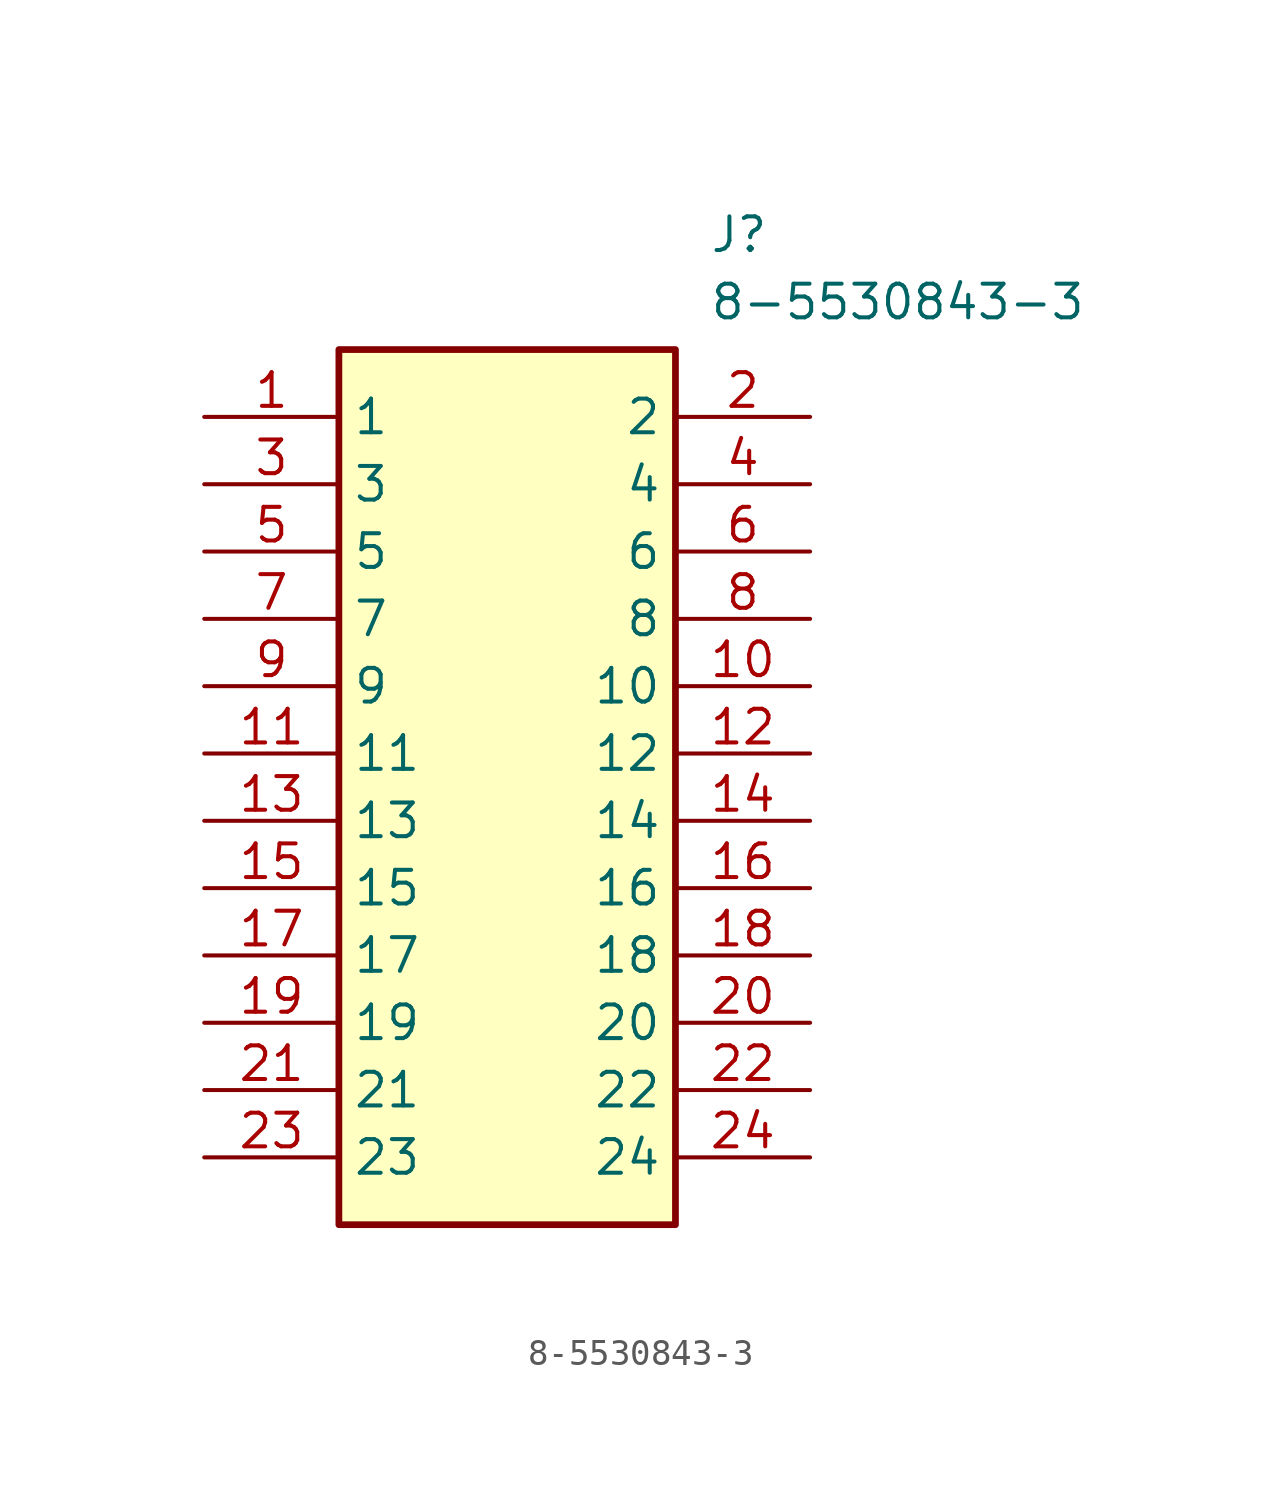
<source format=kicad_sym>
(kicad_symbol_lib
  (version 20220914)
  (generator kicad_symbol_editor)
  (symbol "8-5530843-3"
    (property "Reference" "J"
      (at 19.05 7.62 0)
      (effects (font (size 1.27 1.27)) (justify left top)))
    (property "Value" "8-5530843-3"
      (at 19.05 5.08 0)
      (effects (font (size 1.27 1.27)) (justify left top)))
    (symbol "8-5530843-3_1_1"
      (rectangle (start 5.08 2.54) (end 17.78 -30.48) (stroke (width 0.254) (type default)) (fill (type background)))
      (pin passive line (at 0 0 0) (length 5.08) (name "1" (effects (font (size 1.27 1.27)))) (number "1" (effects (font (size 1.27 1.27)))))
      (pin passive line (at 22.86 -10.16 180) (length 5.08) (name "10" (effects (font (size 1.27 1.27)))) (number "10" (effects (font (size 1.27 1.27)))))
      (pin passive line (at 0 -12.7 0) (length 5.08) (name "11" (effects (font (size 1.27 1.27)))) (number "11" (effects (font (size 1.27 1.27)))))
      (pin passive line (at 22.86 -12.7 180) (length 5.08) (name "12" (effects (font (size 1.27 1.27)))) (number "12" (effects (font (size 1.27 1.27)))))
      (pin passive line (at 0 -15.24 0) (length 5.08) (name "13" (effects (font (size 1.27 1.27)))) (number "13" (effects (font (size 1.27 1.27)))))
      (pin passive line (at 22.86 -15.24 180) (length 5.08) (name "14" (effects (font (size 1.27 1.27)))) (number "14" (effects (font (size 1.27 1.27)))))
      (pin passive line (at 0 -17.78 0) (length 5.08) (name "15" (effects (font (size 1.27 1.27)))) (number "15" (effects (font (size 1.27 1.27)))))
      (pin passive line (at 22.86 -17.78 180) (length 5.08) (name "16" (effects (font (size 1.27 1.27)))) (number "16" (effects (font (size 1.27 1.27)))))
      (pin passive line (at 0 -20.32 0) (length 5.08) (name "17" (effects (font (size 1.27 1.27)))) (number "17" (effects (font (size 1.27 1.27)))))
      (pin passive line (at 22.86 -20.32 180) (length 5.08) (name "18" (effects (font (size 1.27 1.27)))) (number "18" (effects (font (size 1.27 1.27)))))
      (pin passive line (at 0 -22.86 0) (length 5.08) (name "19" (effects (font (size 1.27 1.27)))) (number "19" (effects (font (size 1.27 1.27)))))
      (pin passive line (at 22.86 0 180) (length 5.08) (name "2" (effects (font (size 1.27 1.27)))) (number "2" (effects (font (size 1.27 1.27)))))
      (pin passive line (at 22.86 -22.86 180) (length 5.08) (name "20" (effects (font (size 1.27 1.27)))) (number "20" (effects (font (size 1.27 1.27)))))
      (pin passive line (at 0 -25.4 0) (length 5.08) (name "21" (effects (font (size 1.27 1.27)))) (number "21" (effects (font (size 1.27 1.27)))))
      (pin passive line (at 22.86 -25.4 180) (length 5.08) (name "22" (effects (font (size 1.27 1.27)))) (number "22" (effects (font (size 1.27 1.27)))))
      (pin passive line (at 0 -27.94 0) (length 5.08) (name "23" (effects (font (size 1.27 1.27)))) (number "23" (effects (font (size 1.27 1.27)))))
      (pin passive line (at 22.86 -27.94 180) (length 5.08) (name "24" (effects (font (size 1.27 1.27)))) (number "24" (effects (font (size 1.27 1.27)))))
      (pin passive line (at 0 -2.54 0) (length 5.08) (name "3" (effects (font (size 1.27 1.27)))) (number "3" (effects (font (size 1.27 1.27)))))
      (pin passive line (at 22.86 -2.54 180) (length 5.08) (name "4" (effects (font (size 1.27 1.27)))) (number "4" (effects (font (size 1.27 1.27)))))
      (pin passive line (at 0 -5.08 0) (length 5.08) (name "5" (effects (font (size 1.27 1.27)))) (number "5" (effects (font (size 1.27 1.27)))))
      (pin passive line (at 22.86 -5.08 180) (length 5.08) (name "6" (effects (font (size 1.27 1.27)))) (number "6" (effects (font (size 1.27 1.27)))))
      (pin passive line (at 0 -7.62 0) (length 5.08) (name "7" (effects (font (size 1.27 1.27)))) (number "7" (effects (font (size 1.27 1.27)))))
      (pin passive line (at 22.86 -7.62 180) (length 5.08) (name "8" (effects (font (size 1.27 1.27)))) (number "8" (effects (font (size 1.27 1.27)))))
      (pin passive line (at 0 -10.16 0) (length 5.08) (name "9" (effects (font (size 1.27 1.27)))) (number "9" (effects (font (size 1.27 1.27))))))))
</source>
